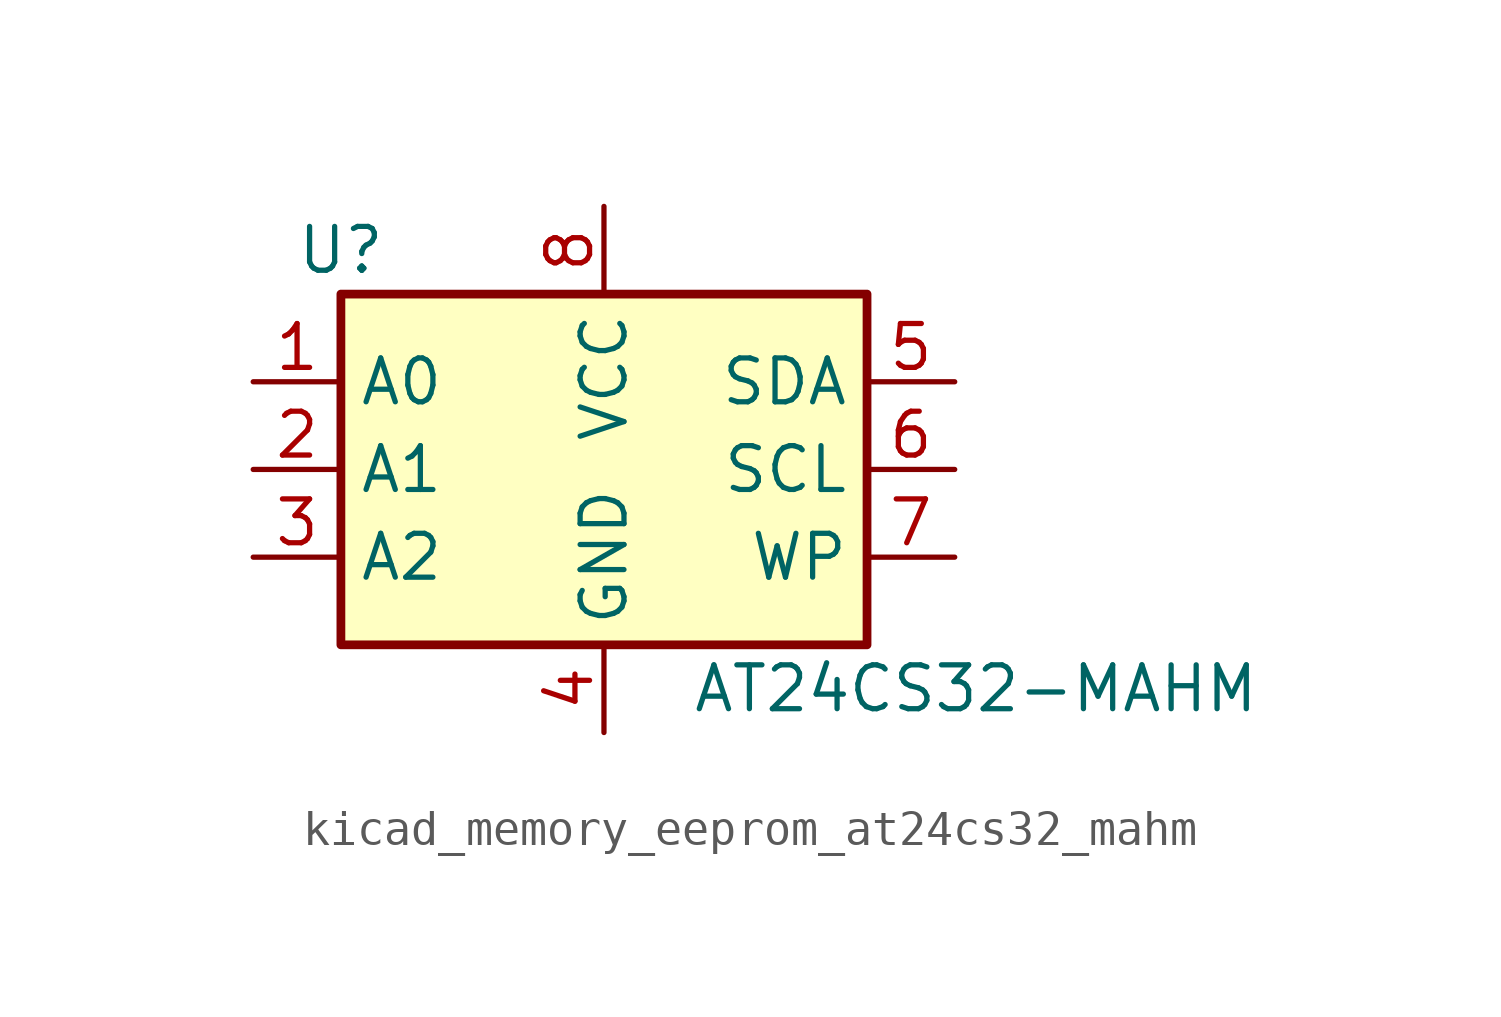
<source format=kicad_sym>
(kicad_symbol_lib
  (version 20220914)
  (generator kicad_symbol_editor)
  (symbol "kicad_memory_eeprom_at24cs32_mahm"
    (property "Reference" "U"
      (at -7.62 6.35 0)
      (effects (font (size 1.27 1.27))))
    (property "Value" "AT24CS32-MAHM"
      (at 2.54 -6.35 0)
      (effects (font (size 1.27 1.27)) (justify left)))
    (symbol "kicad_memory_eeprom_at24cs32_mahm_1_1"
      (rectangle (start -7.62 5.08) (end 7.62 -5.08) (stroke (width 0.254) (type default)) (fill (type background)))
      (pin input line (at -10.16 2.54 0) (length 2.54) (name "A0" (effects (font (size 1.27 1.27)))) (number "1" (effects (font (size 1.27 1.27)))))
      (pin input line (at -10.16 0 0) (length 2.54) (name "A1" (effects (font (size 1.27 1.27)))) (number "2" (effects (font (size 1.27 1.27)))))
      (pin input line (at -10.16 -2.54 0) (length 2.54) (name "A2" (effects (font (size 1.27 1.27)))) (number "3" (effects (font (size 1.27 1.27)))))
      (pin power_in line (at 0 -7.62 90) (length 2.54) (name "GND" (effects (font (size 1.27 1.27)))) (number "4" (effects (font (size 1.27 1.27)))))
      (pin bidirectional line (at 10.16 2.54 180) (length 2.54) (name "SDA" (effects (font (size 1.27 1.27)))) (number "5" (effects (font (size 1.27 1.27)))))
      (pin input line (at 10.16 0 180) (length 2.54) (name "SCL" (effects (font (size 1.27 1.27)))) (number "6" (effects (font (size 1.27 1.27)))))
      (pin input line (at 10.16 -2.54 180) (length 2.54) (name "WP" (effects (font (size 1.27 1.27)))) (number "7" (effects (font (size 1.27 1.27)))))
      (pin power_in line (at 0 7.62 270) (length 2.54) (name "VCC" (effects (font (size 1.27 1.27)))) (number "8" (effects (font (size 1.27 1.27))))))))
</source>
